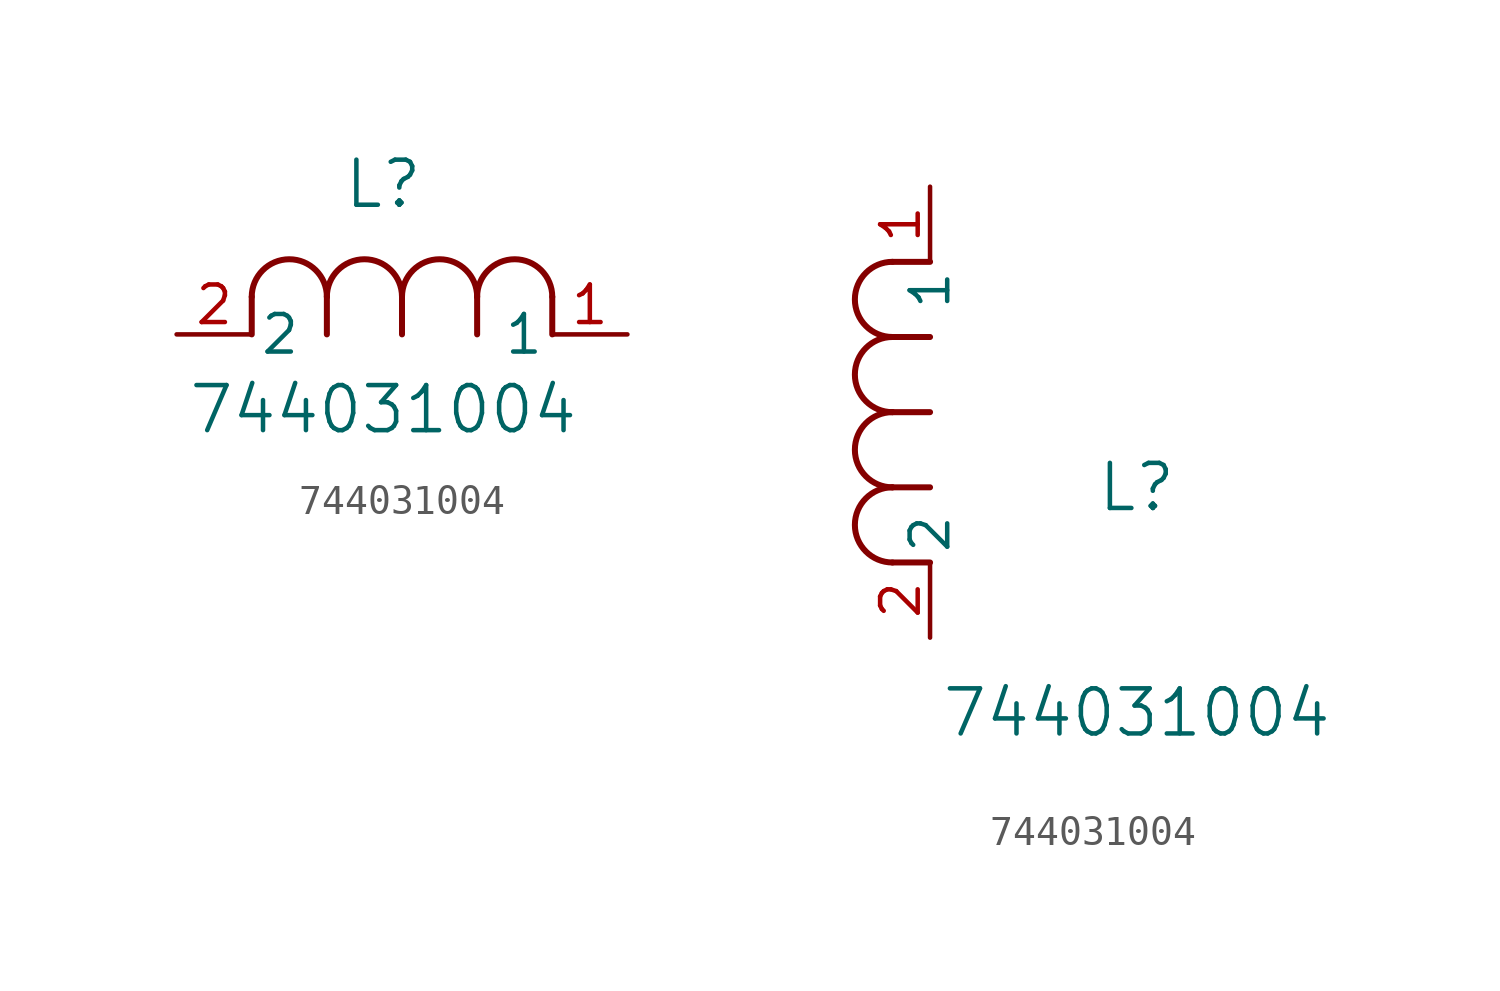
<source format=kicad_sym>
(kicad_symbol_lib
  (version 20211014)
  (generator kicad_symbol_editor)
  (symbol "744031004"
    (pin_names
      (offset 0.254))
    (property "Reference" "L"
      (at 6.985 5.08 0)
      (effects (font (size 1.524 1.524))))
    (property "Value" "744031004"
      (at 6.985 -2.54 0)
      (effects (font (size 1.524 1.524))))
    (symbol "744031004_1_1"
      (arc (start 7.62 1.27) (mid 6.35 2.54) (end 5.08 1.27) (stroke (width 0.2032) (type default) (color 0 0 0 0)) (fill (type none)))
      (polyline (pts (xy 5.08 0) (xy 5.08 1.27)) (stroke (width 0.203) (type default) (color 0 0 0 0)) (fill (type none)))
      (polyline (pts (xy 7.62 0) (xy 7.62 1.27)) (stroke (width 0.203) (type default) (color 0 0 0 0)) (fill (type none)))
      (polyline (pts (xy 12.7 0) (xy 12.7 1.27)) (stroke (width 0.203) (type default) (color 0 0 0 0)) (fill (type none)))
      (arc (start 5.08 1.27) (mid 3.81 2.54) (end 2.54 1.27) (stroke (width 0.2032) (type default) (color 0 0 0 0)) (fill (type none)))
      (arc (start 10.16 1.27) (mid 8.89 2.54) (end 7.62 1.27) (stroke (width 0.2032) (type default) (color 0 0 0 0)) (fill (type none)))
      (arc (start 12.7 1.27) (mid 11.43 2.54) (end 10.16 1.27) (stroke (width 0.2032) (type default) (color 0 0 0 0)) (fill (type none)))
      (polyline (pts (xy 2.54 0) (xy 2.54 1.27)) (stroke (width 0.203) (type default) (color 0 0 0 0)) (fill (type none)))
      (polyline (pts (xy 10.16 0) (xy 10.16 1.27)) (stroke (width 0.203) (type default) (color 0 0 0 0)) (fill (type none)))
      (pin unspecified line (at 0 0 0) (length 2.54) (name "2" (effects (font (size 1.27 1.27)))) (number "2" (effects (font (size 1.27 1.27)))))
      (pin unspecified line (at 15.24 0 180) (length 2.54) (name "1" (effects (font (size 1.27 1.27)))) (number "1" (effects (font (size 1.27 1.27))))))
    (symbol "744031004_1_2"
      (arc (start -1.27 7.62) (mid -2.54 6.35) (end -1.27 5.08) (stroke (width 0.2032) (type default) (color 0 0 0 0)) (fill (type none)))
      (arc (start -1.27 5.08) (mid -2.54 3.81) (end -1.27 2.54) (stroke (width 0.2032) (type default) (color 0 0 0 0)) (fill (type none)))
      (arc (start -1.27 12.7) (mid -2.54 11.43) (end -1.27 10.16) (stroke (width 0.2032) (type default) (color 0 0 0 0)) (fill (type none)))
      (arc (start -1.27 10.16) (mid -2.54 8.89) (end -1.27 7.62) (stroke (width 0.2032) (type default) (color 0 0 0 0)) (fill (type none)))
      (polyline (pts (xy 0 7.62) (xy -1.27 7.62)) (stroke (width 0.203) (type default) (color 0 0 0 0)) (fill (type none)))
      (polyline (pts (xy 0 5.08) (xy -1.27 5.08)) (stroke (width 0.203) (type default) (color 0 0 0 0)) (fill (type none)))
      (polyline (pts (xy 0 12.7) (xy -1.27 12.7)) (stroke (width 0.203) (type default) (color 0 0 0 0)) (fill (type none)))
      (polyline (pts (xy 0 2.54) (xy -1.27 2.54)) (stroke (width 0.203) (type default) (color 0 0 0 0)) (fill (type none)))
      (polyline (pts (xy 0 10.16) (xy -1.27 10.16)) (stroke (width 0.203) (type default) (color 0 0 0 0)) (fill (type none)))
      (pin unspecified line (at 0 0 90) (length 2.54) (name "2" (effects (font (size 1.27 1.27)))) (number "2" (effects (font (size 1.27 1.27)))))
      (pin unspecified line (at 0 15.24 270) (length 2.54) (name "1" (effects (font (size 1.27 1.27)))) (number "1" (effects (font (size 1.27 1.27))))))))
</source>
